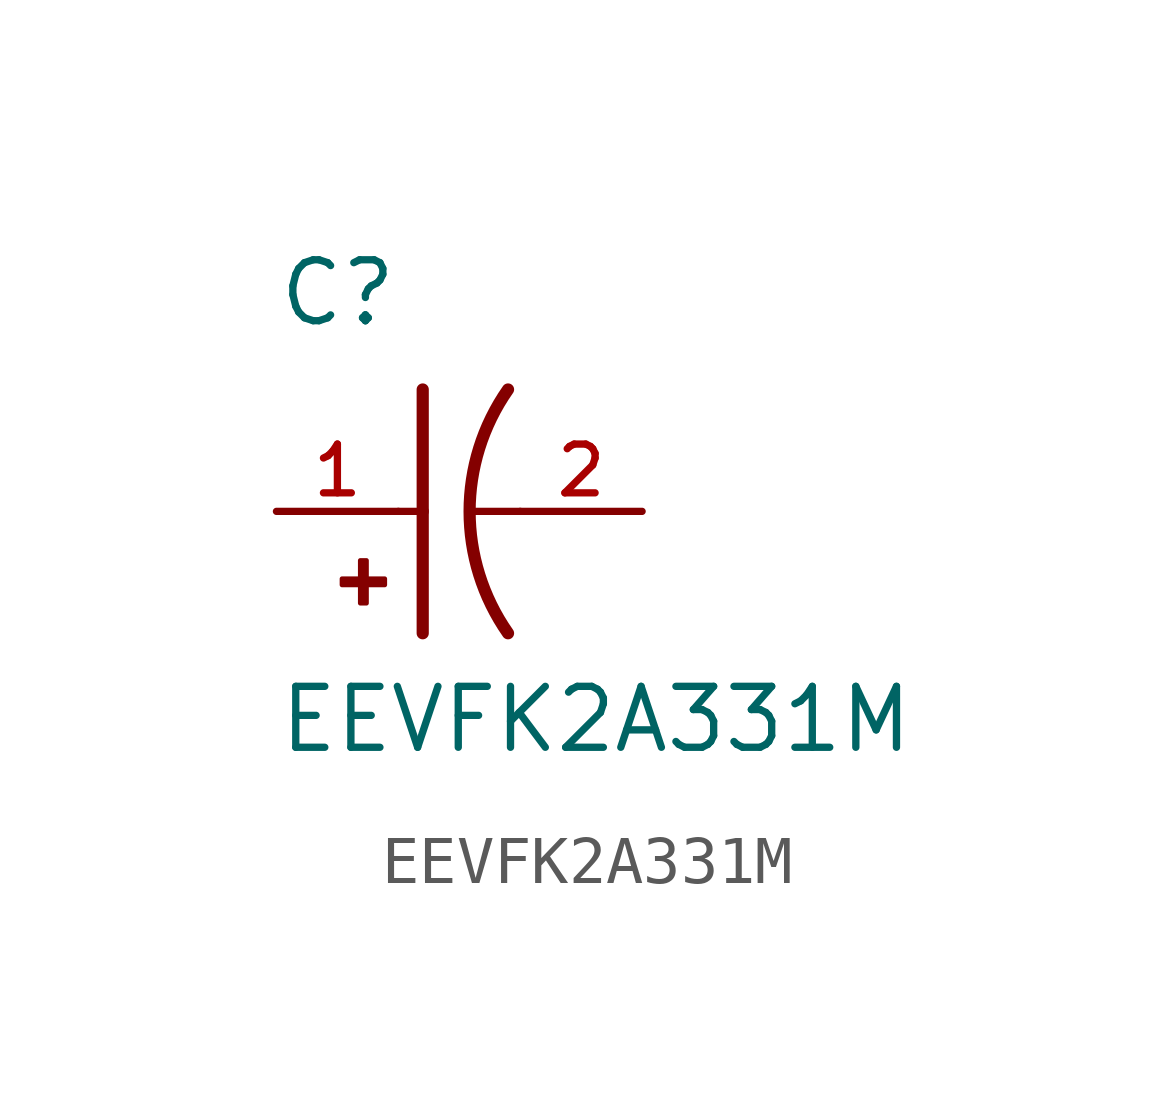
<source format=kicad_sym>
(kicad_symbol_lib
  (version 20211014)
  (generator kicad_symbol_editor)
  (symbol "EEVFK2A331M"
    (pin_names
      (offset 1.016))
    (property "Reference" "C"
      (at -2.54 3.81 0)
      (effects (font (size 1.27 1.27)) (justify bottom left)))
    (property "Value" "EEVFK2A331M"
      (at -2.54 -5.08 0)
      (effects (font (size 1.27 1.27)) (justify bottom left)))
    (symbol "EEVFK2A331M_0_0"
      (arc (start 2.286 -2.54) (mid 1.4851 -0.0) (end 2.286 2.54) (stroke (width 0.254) (type default) (color 0 0 0 0)) (fill (type none)))
      (polyline (pts (xy 0.508 2.54) (xy 0.508 0.0)) (stroke (width 0.254)))
      (rectangle (start -1.173 -1.532) (end -0.284 -1.405) (stroke (width 0.1)) (fill (type outline)))
      (rectangle (start -0.792 -1.913) (end -0.665 -1.024) (stroke (width 0.1)) (fill (type outline)))
      (polyline (pts (xy 0.508 0.0) (xy 0.508 -2.54)) (stroke (width 0.254)))
      (polyline (pts (xy 0.0 0.0) (xy 0.508 0.0)) (stroke (width 0.152)))
      (polyline (pts (xy 2.54 0.0) (xy 1.524 0.0)) (stroke (width 0.152)))
      (pin passive line (at -2.54 0.0 0) (length 2.54) (name "~" (effects (font (size 1.016 1.016)))) (number "1" (effects (font (size 1.016 1.016)))))
      (pin passive line (at 5.08 0.0 180.0) (length 2.54) (name "~" (effects (font (size 1.016 1.016)))) (number "2" (effects (font (size 1.016 1.016))))))))
</source>
